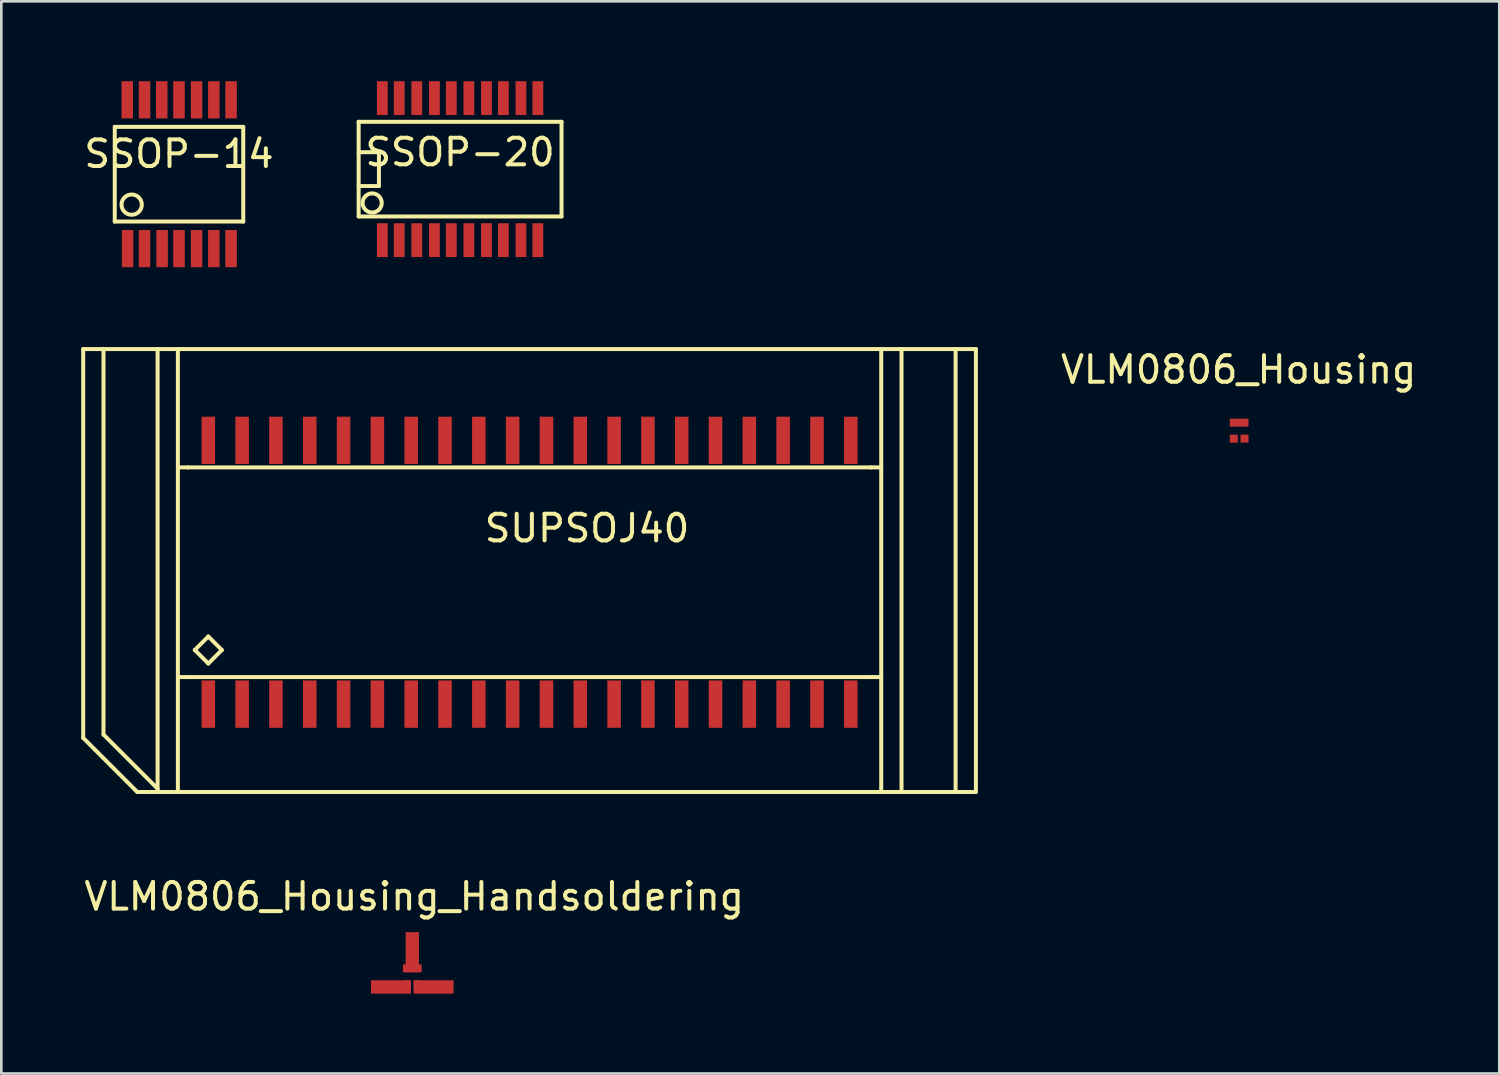
<source format=kicad_pcb>
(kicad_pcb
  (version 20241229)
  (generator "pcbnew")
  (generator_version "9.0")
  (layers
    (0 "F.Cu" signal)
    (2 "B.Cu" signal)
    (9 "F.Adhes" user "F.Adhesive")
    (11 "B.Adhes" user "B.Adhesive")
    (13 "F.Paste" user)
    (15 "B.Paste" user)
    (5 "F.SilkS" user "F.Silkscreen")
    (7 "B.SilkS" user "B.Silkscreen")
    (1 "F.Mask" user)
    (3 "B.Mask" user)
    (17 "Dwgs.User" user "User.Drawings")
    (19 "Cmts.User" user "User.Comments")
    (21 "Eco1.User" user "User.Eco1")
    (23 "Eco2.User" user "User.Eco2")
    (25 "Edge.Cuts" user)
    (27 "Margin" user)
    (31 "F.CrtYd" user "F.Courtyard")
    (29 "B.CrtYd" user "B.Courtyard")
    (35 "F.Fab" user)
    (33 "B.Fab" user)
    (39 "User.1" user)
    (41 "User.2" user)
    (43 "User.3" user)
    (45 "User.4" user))
  (footprint "SUPSOJ40"
    (layer "F.Cu")
    (at 17.474 18.315)
    (property "Reference" "SUPSOJ40" (at 1.524 -1.524 180) (layer "F.SilkS") (effects (font (size 1 1) (thickness 0.15))))
    (attr smd)
    (fp_line (start -17.399 6.35) (end -17.399 -8.255) (stroke (width 0.15) (type solid)) (layer "F.SilkS"))
    (fp_line (start -16.637 -8.255) (end -16.637 6.223) (stroke (width 0.15) (type solid)) (layer "F.SilkS"))
    (fp_line (start -16.637 6.223) (end -14.605 8.255) (stroke (width 0.15) (type solid)) (layer "F.SilkS"))
    (fp_line (start -15.367 8.382) (end -17.399 6.35) (stroke (width 0.15) (type solid)) (layer "F.SilkS"))
    (fp_line (start -14.605 8.382) (end -14.605 -8.255) (stroke (width 0.15) (type solid)) (layer "F.SilkS"))
    (fp_line (start -13.843 8.382) (end -13.843 -8.255) (stroke (width 0.15) (type solid)) (layer "F.SilkS"))
    (fp_line (start -13.462 -3.81) (end -13.843 -3.81) (stroke (width 0.15) (type solid)) (layer "F.SilkS"))
    (fp_line (start -13.462 -3.81) (end 12.192 -3.81) (stroke (width 0.15) (type solid)) (layer "F.SilkS"))
    (fp_line (start -13.462 4.064) (end -13.843 4.064) (stroke (width 0.15) (type solid)) (layer "F.SilkS"))
    (fp_line (start -13.208 3.048) (end -12.7 2.54) (stroke (width 0.15) (type solid)) (layer "F.SilkS"))
    (fp_line (start -12.7 2.54) (end -12.192 3.048) (stroke (width 0.15) (type solid)) (layer "F.SilkS"))
    (fp_line (start -12.7 3.556) (end -13.208 3.048) (stroke (width 0.15) (type solid)) (layer "F.SilkS"))
    (fp_line (start -12.192 3.048) (end -12.7 3.556) (stroke (width 0.15) (type solid)) (layer "F.SilkS"))
    (fp_line (start 12.192 -3.81) (end 12.573 -3.81) (stroke (width 0.15) (type solid)) (layer "F.SilkS"))
    (fp_line (start 12.192 4.064) (end -13.462 4.064) (stroke (width 0.15) (type solid)) (layer "F.SilkS"))
    (fp_line (start 12.192 4.064) (end 12.192 4.064) (stroke (width 0.15) (type solid)) (layer "F.SilkS"))
    (fp_line (start 12.192 4.064) (end 12.573 4.064) (stroke (width 0.15) (type solid)) (layer "F.SilkS"))
    (fp_line (start 12.573 8.382) (end 12.573 -8.255) (stroke (width 0.15) (type solid)) (layer "F.SilkS"))
    (fp_line (start 13.335 8.382) (end 13.335 -8.255) (stroke (width 0.15) (type solid)) (layer "F.SilkS"))
    (fp_line (start 15.367 8.382) (end 15.367 -8.255) (stroke (width 0.15) (type solid)) (layer "F.SilkS"))
    (fp_line (start 16.129 -8.255) (end -17.399 -8.255) (stroke (width 0.15) (type solid)) (layer "F.SilkS"))
    (fp_line (start 16.129 -8.255) (end 16.129 8.382) (stroke (width 0.15) (type solid)) (layer "F.SilkS"))
    (fp_line (start 16.129 8.382) (end -15.367 8.382) (stroke (width 0.15) (type solid)) (layer "F.SilkS"))
    (pad "1" smd rect (at -12.7 5.08) (size 0.508 1.778) (layers "F.Cu" "F.Mask" "F.Paste"))
    (pad "2" smd rect (at -11.43 5.08) (size 0.508 1.778) (layers "F.Cu" "F.Mask" "F.Paste"))
    (pad "3" smd rect (at -10.16 5.08) (size 0.508 1.778) (layers "F.Cu" "F.Mask" "F.Paste"))
    (pad "4" smd rect (at -8.89 5.08) (size 0.508 1.778) (layers "F.Cu" "F.Mask" "F.Paste"))
    (pad "5" smd rect (at -7.62 5.08) (size 0.508 1.778) (layers "F.Cu" "F.Mask" "F.Paste"))
    (pad "6" smd rect (at -6.35 5.08) (size 0.508 1.778) (layers "F.Cu" "F.Mask" "F.Paste"))
    (pad "7" smd rect (at -5.08 5.08) (size 0.508 1.778) (layers "F.Cu" "F.Mask" "F.Paste"))
    (pad "8" smd rect (at -3.81 5.08) (size 0.508 1.778) (layers "F.Cu" "F.Mask" "F.Paste"))
    (pad "9" smd rect (at -2.54 5.08) (size 0.508 1.778) (layers "F.Cu" "F.Mask" "F.Paste"))
    (pad "10" smd rect (at -1.27 5.08) (size 0.508 1.778) (layers "F.Cu" "F.Mask" "F.Paste"))
    (pad "11" smd rect (at 0 5.08) (size 0.508 1.778) (layers "F.Cu" "F.Mask" "F.Paste"))
    (pad "12" smd rect (at 1.27 5.08) (size 0.508 1.778) (layers "F.Cu" "F.Mask" "F.Paste"))
    (pad "13" smd rect (at 2.54 5.08) (size 0.508 1.778) (layers "F.Cu" "F.Mask" "F.Paste"))
    (pad "14" smd rect (at 3.81 5.08) (size 0.508 1.778) (layers "F.Cu" "F.Mask" "F.Paste"))
    (pad "15" smd rect (at 5.08 5.08) (size 0.508 1.778) (layers "F.Cu" "F.Mask" "F.Paste"))
    (pad "16" smd rect (at 6.35 5.08) (size 0.508 1.778) (layers "F.Cu" "F.Mask" "F.Paste"))
    (pad "17" smd rect (at 7.62 5.08) (size 0.508 1.778) (layers "F.Cu" "F.Mask" "F.Paste"))
    (pad "18" smd rect (at 8.89 5.08) (size 0.508 1.778) (layers "F.Cu" "F.Mask" "F.Paste"))
    (pad "19" smd rect (at 10.16 5.08) (size 0.508 1.778) (layers "F.Cu" "F.Mask" "F.Paste"))
    (pad "20" smd rect (at 11.43 5.08) (size 0.508 1.778) (layers "F.Cu" "F.Mask" "F.Paste"))
    (pad "21" smd rect (at 11.43 -4.826) (size 0.508 1.778) (layers "F.Cu" "F.Mask" "F.Paste"))
    (pad "22" smd rect (at 10.16 -4.826) (size 0.508 1.778) (layers "F.Cu" "F.Mask" "F.Paste"))
    (pad "23" smd rect (at 8.89 -4.826) (size 0.508 1.778) (layers "F.Cu" "F.Mask" "F.Paste"))
    (pad "24" smd rect (at 7.62 -4.826) (size 0.508 1.778) (layers "F.Cu" "F.Mask" "F.Paste"))
    (pad "25" smd rect (at 6.35 -4.826) (size 0.508 1.778) (layers "F.Cu" "F.Mask" "F.Paste"))
    (pad "26" smd rect (at 5.08 -4.826) (size 0.508 1.778) (layers "F.Cu" "F.Mask" "F.Paste"))
    (pad "27" smd rect (at 3.81 -4.826) (size 0.508 1.778) (layers "F.Cu" "F.Mask" "F.Paste"))
    (pad "28" smd rect (at 2.54 -4.826) (size 0.508 1.778) (layers "F.Cu" "F.Mask" "F.Paste"))
    (pad "29" smd rect (at 1.27 -4.826) (size 0.508 1.778) (layers "F.Cu" "F.Mask" "F.Paste"))
    (pad "30" smd rect (at 0 -4.826) (size 0.508 1.778) (layers "F.Cu" "F.Mask" "F.Paste"))
    (pad "31" smd rect (at -1.27 -4.826) (size 0.508 1.778) (layers "F.Cu" "F.Mask" "F.Paste"))
    (pad "32" smd rect (at -2.54 -4.826) (size 0.508 1.778) (layers "F.Cu" "F.Mask" "F.Paste"))
    (pad "33" smd rect (at -3.81 -4.826) (size 0.508 1.778) (layers "F.Cu" "F.Mask" "F.Paste"))
    (pad "34" smd rect (at -5.08 -4.826) (size 0.508 1.778) (layers "F.Cu" "F.Mask" "F.Paste"))
    (pad "35" smd rect (at -6.35 -4.826) (size 0.508 1.778) (layers "F.Cu" "F.Mask" "F.Paste"))
    (pad "36" smd rect (at -7.62 -4.826) (size 0.508 1.778) (layers "F.Cu" "F.Mask" "F.Paste"))
    (pad "37" smd rect (at -8.89 -4.826) (size 0.508 1.778) (layers "F.Cu" "F.Mask" "F.Paste"))
    (pad "38" smd rect (at -10.16 -4.826) (size 0.508 1.778) (layers "F.Cu" "F.Mask" "F.Paste"))
    (pad "39" smd rect (at -11.43 -4.826) (size 0.508 1.778) (layers "F.Cu" "F.Mask" "F.Paste"))
    (pad "40" smd rect (at -12.7 -4.826) (size 0.508 1.778) (layers "F.Cu" "F.Mask" "F.Paste")))
  (footprint "VLM0806_Housing_Handsoldering"
    (layer "F.Cu")
    (at 12.435 33.62)
    (property "Reference" "VLM0806_Housing_Handsoldering" (at 0.071 -3 0) (layer "F.SilkS") (effects (font (size 1 1) (thickness 0.15))))
    (attr smd)
    (pad "1" smd rect (at 0.201 0.3) (size 0.3 0.3) (layers "F.Cu" "F.Mask" "F.Paste"))
    (pad "1" smd rect (at 0.8 0.399) (size 1.501 0.5) (layers "F.Cu" "F.Mask" "F.Paste"))
    (pad "2" smd rect (at -0.8 0.399) (size 1.501 0.5) (layers "F.Cu" "F.Mask" "F.Paste"))
    (pad "2" smd rect (at -0.201 0.3) (size 0.3 0.3) (layers "F.Cu" "F.Mask" "F.Paste"))
    (pad "3" smd rect (at 0 -0.909 90) (size 1.501 0.5) (layers "F.Cu" "F.Mask" "F.Paste"))
    (pad "3" smd rect (at 0 -0.3) (size 0.701 0.3) (layers "F.Cu" "F.Mask" "F.Paste")))
  (footprint "VLM0806_Housing"
    (layer "F.Cu")
    (at 43.49 13.124)
    (property "Reference" "VLM0806_Housing" (at -0.02 -2.291 0) (layer "F.SilkS") (effects (font (size 1 1) (thickness 0.15))))
    (attr smd)
    (pad "1" smd rect (at 0.201 0.3) (size 0.3 0.3) (layers "F.Cu" "F.Mask" "F.Paste"))
    (pad "2" smd rect (at -0.201 0.3) (size 0.3 0.3) (layers "F.Cu" "F.Mask" "F.Paste"))
    (pad "3" smd rect (at 0 -0.3) (size 0.701 0.3) (layers "F.Cu" "F.Mask" "F.Paste")))
  (footprint "SSOP-14"
    (layer "F.Cu")
    (at 3.673 3.493)
    (property "Reference" "SSOP-14" (at 0 -0.762 0) (layer "F.SilkS") (effects (font (size 1 1) (thickness 0.15))))
    (attr smd)
    (fp_line (start -2.413 -1.778) (end 2.413 -1.778) (stroke (width 0.15) (type solid)) (layer "F.SilkS"))
    (fp_line (start -2.413 1.778) (end -2.413 -1.778) (stroke (width 0.15) (type solid)) (layer "F.SilkS"))
    (fp_line (start 2.413 -1.778) (end 2.413 1.778) (stroke (width 0.15) (type solid)) (layer "F.SilkS"))
    (fp_line (start 2.413 1.778) (end -2.413 1.778) (stroke (width 0.15) (type solid)) (layer "F.SilkS"))
    (fp_circle (center -1.778 1.143) (end -2.159 1.143) (stroke (width 0.15) (type solid)) (fill no) (layer "F.SilkS"))
    (pad "1" smd rect (at -1.93 2.794) (size 0.432 1.397) (layers "F.Cu" "F.Mask" "F.Paste"))
    (pad "2" smd rect (at -1.295 2.794) (size 0.432 1.397) (layers "F.Cu" "F.Mask" "F.Paste"))
    (pad "3" smd rect (at -0.635 2.794) (size 0.432 1.397) (layers "F.Cu" "F.Mask" "F.Paste"))
    (pad "4" smd rect (at 0 2.794) (size 0.432 1.397) (layers "F.Cu" "F.Mask" "F.Paste"))
    (pad "5" smd rect (at 0.66 2.794) (size 0.432 1.397) (layers "F.Cu" "F.Mask" "F.Paste"))
    (pad "6" smd rect (at 1.308 2.794) (size 0.432 1.397) (layers "F.Cu" "F.Mask" "F.Paste"))
    (pad "7" smd rect (at 1.956 2.794) (size 0.432 1.397) (layers "F.Cu" "F.Mask" "F.Paste"))
    (pad "8" smd rect (at 1.956 -2.794) (size 0.432 1.397) (layers "F.Cu" "F.Mask" "F.Paste"))
    (pad "9" smd rect (at 1.308 -2.794) (size 0.432 1.397) (layers "F.Cu" "F.Mask" "F.Paste"))
    (pad "10" smd rect (at 0.66 -2.794) (size 0.432 1.397) (layers "F.Cu" "F.Mask" "F.Paste"))
    (pad "11" smd rect (at 0 -2.794) (size 0.432 1.397) (layers "F.Cu" "F.Mask" "F.Paste"))
    (pad "12" smd rect (at -0.648 -2.794) (size 0.432 1.397) (layers "F.Cu" "F.Mask" "F.Paste"))
    (pad "13" smd rect (at -1.295 -2.794) (size 0.432 1.397) (layers "F.Cu" "F.Mask" "F.Paste"))
    (pad "14" smd rect (at -1.943 -2.794) (size 0.432 1.397) (layers "F.Cu" "F.Mask" "F.Paste")))
  (footprint "SSOP-20"
    (layer "F.Cu")
    (at 14.23 3.302)
    (property "Reference" "SSOP-20" (at 0 -0.635 0) (layer "F.SilkS") (effects (font (size 1 1) (thickness 0.15))))
    (attr smd)
    (fp_line (start -3.81 -0.635) (end -3.048 -0.635) (stroke (width 0.15) (type solid)) (layer "F.SilkS"))
    (fp_line (start -3.81 1.778) (end -3.81 -1.778) (stroke (width 0.15) (type solid)) (layer "F.SilkS"))
    (fp_line (start -3.81 1.778) (end 3.81 1.778) (stroke (width 0.15) (type solid)) (layer "F.SilkS"))
    (fp_line (start -3.048 -0.635) (end -3.048 0.635) (stroke (width 0.15) (type solid)) (layer "F.SilkS"))
    (fp_line (start -3.048 0.635) (end -3.81 0.635) (stroke (width 0.15) (type solid)) (layer "F.SilkS"))
    (fp_line (start 3.81 -1.778) (end -3.81 -1.778) (stroke (width 0.15) (type solid)) (layer "F.SilkS"))
    (fp_line (start 3.81 -1.778) (end 3.81 1.778) (stroke (width 0.15) (type solid)) (layer "F.SilkS"))
    (fp_circle (center -3.302 1.27) (end -3.556 1.016) (stroke (width 0.15) (type solid)) (fill no) (layer "F.SilkS"))
    (pad "1" smd rect (at -2.921 2.667) (size 0.406 1.27) (layers "F.Cu" "F.Mask" "F.Paste"))
    (pad "2" smd rect (at -2.286 2.667) (size 0.406 1.27) (layers "F.Cu" "F.Mask" "F.Paste"))
    (pad "3" smd rect (at -1.626 2.667) (size 0.406 1.27) (layers "F.Cu" "F.Mask" "F.Paste"))
    (pad "4" smd rect (at -0.965 2.667) (size 0.406 1.27) (layers "F.Cu" "F.Mask" "F.Paste"))
    (pad "5" smd rect (at -0.33 2.667) (size 0.406 1.27) (layers "F.Cu" "F.Mask" "F.Paste"))
    (pad "6" smd rect (at 0.33 2.667) (size 0.406 1.27) (layers "F.Cu" "F.Mask" "F.Paste"))
    (pad "7" smd rect (at 0.991 2.667) (size 0.406 1.27) (layers "F.Cu" "F.Mask" "F.Paste"))
    (pad "8" smd rect (at 1.626 2.667) (size 0.406 1.27) (layers "F.Cu" "F.Mask" "F.Paste"))
    (pad "9" smd rect (at 2.286 2.667) (size 0.406 1.27) (layers "F.Cu" "F.Mask" "F.Paste"))
    (pad "10" smd rect (at 2.921 2.667) (size 0.406 1.27) (layers "F.Cu" "F.Mask" "F.Paste"))
    (pad "11" smd rect (at 2.921 -2.667) (size 0.406 1.27) (layers "F.Cu" "F.Mask" "F.Paste"))
    (pad "12" smd rect (at 2.286 -2.667) (size 0.406 1.27) (layers "F.Cu" "F.Mask" "F.Paste"))
    (pad "13" smd rect (at 1.626 -2.667) (size 0.406 1.27) (layers "F.Cu" "F.Mask" "F.Paste"))
    (pad "14" smd rect (at 0.991 -2.667) (size 0.406 1.27) (layers "F.Cu" "F.Mask" "F.Paste"))
    (pad "15" smd rect (at 0.33 -2.667) (size 0.406 1.27) (layers "F.Cu" "F.Mask" "F.Paste"))
    (pad "16" smd rect (at -0.33 -2.667) (size 0.406 1.27) (layers "F.Cu" "F.Mask" "F.Paste"))
    (pad "17" smd rect (at -0.965 -2.667) (size 0.406 1.27) (layers "F.Cu" "F.Mask" "F.Paste"))
    (pad "18" smd rect (at -1.626 -2.667) (size 0.406 1.27) (layers "F.Cu" "F.Mask" "F.Paste"))
    (pad "19" smd rect (at -2.286 -2.667) (size 0.406 1.27) (layers "F.Cu" "F.Mask" "F.Paste"))
    (pad "20" smd rect (at -2.921 -2.667) (size 0.406 1.27) (layers "F.Cu" "F.Mask" "F.Paste")))
  (gr_rect
    (start -3 -3)
    (end 53.261 37.269)
    (stroke (width 0.1) (type default))
    (fill no)
    (layer "Edge.Cuts")))
</source>
